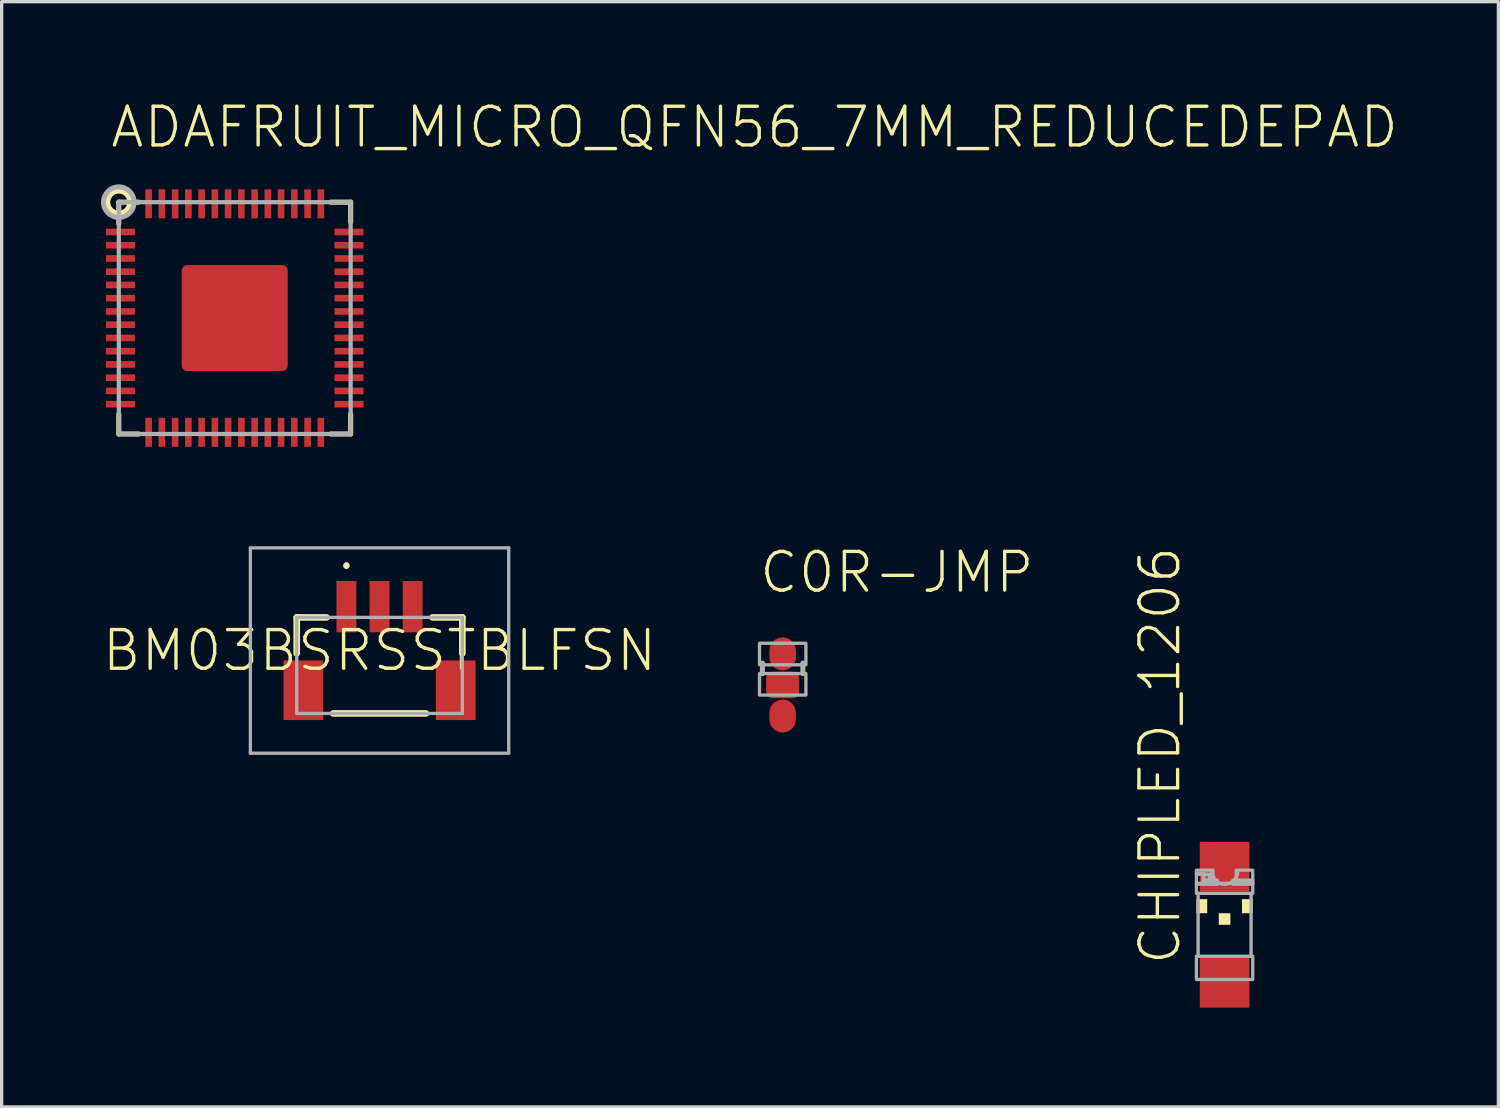
<source format=kicad_pcb>
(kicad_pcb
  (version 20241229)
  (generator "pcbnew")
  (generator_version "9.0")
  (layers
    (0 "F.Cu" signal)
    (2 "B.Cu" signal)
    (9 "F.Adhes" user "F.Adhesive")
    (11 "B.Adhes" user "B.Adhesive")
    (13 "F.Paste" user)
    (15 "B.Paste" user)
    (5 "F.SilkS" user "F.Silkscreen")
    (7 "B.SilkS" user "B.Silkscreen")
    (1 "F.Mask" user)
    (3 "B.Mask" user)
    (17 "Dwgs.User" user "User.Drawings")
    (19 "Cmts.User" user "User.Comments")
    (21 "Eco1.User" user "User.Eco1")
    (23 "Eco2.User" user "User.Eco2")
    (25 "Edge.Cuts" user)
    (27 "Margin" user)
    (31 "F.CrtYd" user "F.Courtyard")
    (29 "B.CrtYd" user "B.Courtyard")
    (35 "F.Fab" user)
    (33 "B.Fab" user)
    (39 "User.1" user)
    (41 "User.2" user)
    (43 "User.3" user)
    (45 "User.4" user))
  (footprint "CHIPLED_1206"
    (layer "F.Cu")
    (at 33.923 24.872)
    (property "Reference" "CHIPLED_1206" (at -1.27 1.27 90) (unlocked yes) (layer "F.SilkS") (effects (font (size 1.168 1.168) (thickness 0.102)) (justify left bottom)))
    (fp_poly (pts (xy -0.85 -0.35) (xy -0.525 -0.35) (xy -0.525 -0.775) (xy -0.85 -0.775)) (stroke (width 0) (type default)) (fill yes) (layer "F.SilkS"))
    (fp_poly (pts (xy -0.175 0) (xy 0.175 0) (xy 0.175 -0.35) (xy -0.175 -0.35)) (stroke (width 0) (type default)) (fill yes) (layer "F.SilkS"))
    (fp_poly (pts (xy 0.525 -0.35) (xy 0.85 -0.35) (xy 0.85 -0.775) (xy 0.525 -0.775)) (stroke (width 0) (type default)) (fill yes) (layer "F.SilkS"))
    (fp_line (start -0.8 0.95) (end -0.8 -0.95) (stroke (width 0.102) (type solid)) (layer "F.Fab"))
    (fp_line (start 0.8 -0.95) (end 0.8 0.95) (stroke (width 0.102) (type solid)) (layer "F.Fab"))
    (fp_arc (start 0.4 -1.599998) (mid -0.000001 -1.224968) (end -0.4 -1.6) (stroke (width 0.1016) (type solid)) (layer "F.Fab"))
    (fp_circle (center -0.55 -1.425) (end -0.45 -1.425) (stroke (width 0.102) (type solid)) (fill no) (layer "F.Fab"))
    (fp_poly (pts (xy -0.85 -1.525) (xy -0.35 -1.525) (xy -0.35 -1.65) (xy -0.85 -1.65)) (stroke (width 0.1) (type default)) (fill no) (layer "F.Fab"))
    (fp_poly (pts (xy -0.85 -1.225) (xy -0.625 -1.225) (xy -0.625 -1.55) (xy -0.85 -1.55)) (stroke (width 0.1) (type default)) (fill no) (layer "F.Fab"))
    (fp_poly (pts (xy -0.85 -0.95) (xy 0.85 -0.95) (xy 0.85 -1.25) (xy -0.85 -1.25)) (stroke (width 0.1) (type default)) (fill no) (layer "F.Fab"))
    (fp_poly (pts (xy -0.85 1.65) (xy 0.85 1.65) (xy 0.85 0.95) (xy -0.85 0.95)) (stroke (width 0.1) (type default)) (fill no) (layer "F.Fab"))
    (fp_poly (pts (xy -0.65 -1.225) (xy -0.225 -1.225) (xy -0.225 -1.35) (xy -0.65 -1.35)) (stroke (width 0.1) (type default)) (fill no) (layer "F.Fab"))
    (fp_poly (pts (xy -0.45 -1.225) (xy -0.325 -1.225) (xy -0.325 -1.45) (xy -0.45 -1.45)) (stroke (width 0.1) (type default)) (fill no) (layer "F.Fab"))
    (fp_poly (pts (xy 0.25 -1.225) (xy 0.85 -1.225) (xy 0.85 -1.35) (xy 0.25 -1.35)) (stroke (width 0.1) (type default)) (fill no) (layer "F.Fab"))
    (fp_poly (pts (xy 0.35 -1.3) (xy 0.85 -1.3) (xy 0.85 -1.65) (xy 0.35 -1.65)) (stroke (width 0.1) (type default)) (fill no) (layer "F.Fab"))
    (pad "A" smd rect (at 0 1.75) (size 1.5 1.5) (layers "F.Cu" "F.Mask" "F.Paste"))
    (pad "C" smd rect (at 0 -1.75) (size 1.5 1.5) (layers "F.Cu" "F.Mask" "F.Paste")))
  (footprint "C0R-JMP"
    (layer "F.Cu")
    (at 20.58 17.63)
    (property "Reference" "C0R-JMP" (at -0.762 -2.716 0) (unlocked yes) (layer "F.SilkS") (effects (font (size 1.168 1.168) (thickness 0.102)) (justify left bottom)))
    (fp_line (start -0.61 -0.66) (end -0.61 -0.34) (stroke (width 0.152) (type solid)) (layer "F.Fab"))
    (fp_line (start 0.61 -0.66) (end 0.61 -0.34) (stroke (width 0.152) (type solid)) (layer "F.Fab"))
    (fp_poly (pts (xy -0.699 -1.259) (xy -0.699 -0.609) (xy 0.702 -0.609) (xy 0.702 -1.259)) (stroke (width 0.1) (type default)) (fill no) (layer "F.Fab"))
    (fp_poly (pts (xy -0.699 -0.344) (xy -0.699 0.306) (xy 0.702 0.306) (xy 0.702 -0.344)) (stroke (width 0.1) (type default)) (fill no) (layer "F.Fab"))
    (pad "1" smd roundrect (at 0 -0.938) (size 0.8 1) (layers "F.Cu" "F.Mask" "F.Paste") (roundrect_rratio 0.5))
    (pad "2" smd roundrect (at 0 0) (size 1 0.8) (layers "F.Cu" "F.Mask" "F.Paste") (roundrect_rratio 0.25))
    (pad "3" smd roundrect (at 0 0.938) (size 0.8 1) (layers "F.Cu" "F.Mask" "F.Paste") (roundrect_rratio 0.5)))
  (footprint "BM03BSRSSTBLFSN"
    (layer "F.Cu")
    (at 8.409 16.878)
    (property "Reference" "BM03BSRSSTBLFSN" (at 0 -0.287 0) (unlocked yes) (layer "F.SilkS") (effects (font (size 1.168 1.168) (thickness 0.102))))
    (fp_line (start -2.5 -1.287) (end -2.5 -0.2) (stroke (width 0.2) (type solid)) (layer "F.SilkS"))
    (fp_line (start -1.6 -1.287) (end -2.5 -1.287) (stroke (width 0.2) (type solid)) (layer "F.SilkS"))
    (fp_line (start -1.4 1.612) (end 1.4 1.612) (stroke (width 0.2) (type solid)) (layer "F.SilkS"))
    (fp_line (start 1.6 -1.287) (end 2.5 -1.287) (stroke (width 0.2) (type solid)) (layer "F.SilkS"))
    (fp_line (start 2.5 -1.287) (end 2.5 -0.2) (stroke (width 0.2) (type solid)) (layer "F.SilkS"))
    (fp_arc (start -1 -2.9) (mid -0.95 -2.85) (end -1 -2.8) (stroke (width 0.1) (type solid)) (layer "F.SilkS"))
    (fp_arc (start -1 -2.8) (mid -1.05 -2.85) (end -1 -2.9) (stroke (width 0.1) (type solid)) (layer "F.SilkS"))
    (fp_line (start -3.9 -3.387) (end 3.9 -3.387) (stroke (width 0.1) (type solid)) (layer "F.Fab"))
    (fp_line (start -3.9 2.813) (end -3.9 -3.387) (stroke (width 0.1) (type solid)) (layer "F.Fab"))
    (fp_line (start -2.5 -1.287) (end 2.5 -1.287) (stroke (width 0.1) (type solid)) (layer "F.Fab"))
    (fp_line (start -2.5 1.612) (end -2.5 -1.287) (stroke (width 0.1) (type solid)) (layer "F.Fab"))
    (fp_line (start 2.5 -1.287) (end 2.5 1.612) (stroke (width 0.1) (type solid)) (layer "F.Fab"))
    (fp_line (start 2.5 1.612) (end -2.5 1.612) (stroke (width 0.1) (type solid)) (layer "F.Fab"))
    (fp_line (start 3.9 -3.387) (end 3.9 2.813) (stroke (width 0.1) (type solid)) (layer "F.Fab"))
    (fp_line (start 3.9 2.813) (end -3.9 2.813) (stroke (width 0.1) (type solid)) (layer "F.Fab"))
    (pad "1" smd rect (at -1 -1.612 90) (size 1.55 0.6) (layers "F.Cu" "F.Mask" "F.Paste"))
    (pad "2" smd rect (at 0 -1.612 90) (size 1.55 0.6) (layers "F.Cu" "F.Mask" "F.Paste"))
    (pad "3" smd rect (at 1 -1.612 90) (size 1.55 0.6) (layers "F.Cu" "F.Mask" "F.Paste"))
    (pad "4" smd rect (at -2.3 0.912 90) (size 1.8 1.2) (layers "F.Cu" "F.Mask" "F.Paste"))
    (pad "5" smd rect (at 2.3 0.912 90) (size 1.8 1.2) (layers "F.Cu" "F.Mask" "F.Paste")))
  (footprint "ADAFRUIT_MICRO_QFN56_7MM_REDUCEDEPAD"
    (layer "F.Cu")
    (at 4.037 6.553)
    (property "Reference" "ADAFRUIT_MICRO_QFN56_7MM_REDUCEDEPAD" (at -3.81 -5.08 0) (unlocked yes) (layer "F.SilkS") (effects (font (size 1.168 1.168) (thickness 0.102)) (justify left bottom)))
    (fp_line (start -3.5 -3.5) (end -2.9 -3.5) (stroke (width 0.152) (type solid)) (layer "F.SilkS"))
    (fp_line (start -3.5 -2.85) (end -3.5 -3.5) (stroke (width 0.152) (type solid)) (layer "F.SilkS"))
    (fp_line (start -3.5 2.9) (end -3.5 3.5) (stroke (width 0.152) (type solid)) (layer "F.SilkS"))
    (fp_line (start -3.5 3.5) (end -2.9 3.5) (stroke (width 0.152) (type solid)) (layer "F.SilkS"))
    (fp_line (start 2.9 -3.5) (end 3.5 -3.5) (stroke (width 0.152) (type solid)) (layer "F.SilkS"))
    (fp_line (start 2.9 3.5) (end 3.5 3.5) (stroke (width 0.152) (type solid)) (layer "F.SilkS"))
    (fp_line (start 3.5 -3.5) (end 3.5 -2.9) (stroke (width 0.152) (type solid)) (layer "F.SilkS"))
    (fp_line (start 3.5 3.5) (end 3.5 2.9) (stroke (width 0.152) (type solid)) (layer "F.SilkS"))
    (fp_circle (center -3.5 -3.5) (end -3.165 -3.5) (stroke (width 0.152) (type solid)) (fill no) (layer "F.SilkS"))
    (fp_line (start -3.5 -3.5) (end 3.5 -3.5) (stroke (width 0.127) (type solid)) (layer "F.Fab"))
    (fp_line (start -3.5 3.5) (end -3.5 -3.5) (stroke (width 0.127) (type solid)) (layer "F.Fab"))
    (fp_line (start 3.5 -3.5) (end 3.5 3.5) (stroke (width 0.127) (type solid)) (layer "F.Fab"))
    (fp_line (start 3.5 3.5) (end -3.5 3.5) (stroke (width 0.127) (type solid)) (layer "F.Fab"))
    (fp_circle (center -3.5 -3.5) (end -3.039 -3.5) (stroke (width 0.152) (type solid)) (fill no) (layer "F.Fab"))
    (pad "1" smd rect (at -3.45 -2.6 180) (size 0.875 0.2) (layers "F.Cu" "F.Mask" "F.Paste"))
    (pad "2" smd rect (at -3.45 -2.2 180) (size 0.875 0.2) (layers "F.Cu" "F.Mask" "F.Paste"))
    (pad "3" smd rect (at -3.45 -1.8 180) (size 0.875 0.2) (layers "F.Cu" "F.Mask" "F.Paste"))
    (pad "4" smd rect (at -3.45 -1.4 180) (size 0.875 0.2) (layers "F.Cu" "F.Mask" "F.Paste"))
    (pad "5" smd rect (at -3.45 -1 180) (size 0.875 0.2) (layers "F.Cu" "F.Mask" "F.Paste"))
    (pad "6" smd rect (at -3.45 -0.6 180) (size 0.875 0.2) (layers "F.Cu" "F.Mask" "F.Paste"))
    (pad "7" smd rect (at -3.45 -0.2 180) (size 0.875 0.2) (layers "F.Cu" "F.Mask" "F.Paste"))
    (pad "8" smd rect (at -3.45 0.2 180) (size 0.875 0.2) (layers "F.Cu" "F.Mask" "F.Paste"))
    (pad "9" smd rect (at -3.45 0.6 180) (size 0.875 0.2) (layers "F.Cu" "F.Mask" "F.Paste"))
    (pad "10" smd rect (at -3.45 1 180) (size 0.875 0.2) (layers "F.Cu" "F.Mask" "F.Paste"))
    (pad "11" smd rect (at -3.45 1.4 180) (size 0.875 0.2) (layers "F.Cu" "F.Mask" "F.Paste"))
    (pad "12" smd rect (at -3.45 1.8 180) (size 0.875 0.2) (layers "F.Cu" "F.Mask" "F.Paste"))
    (pad "13" smd rect (at -3.45 2.2 180) (size 0.875 0.2) (layers "F.Cu" "F.Mask" "F.Paste"))
    (pad "14" smd rect (at -3.45 2.6 180) (size 0.875 0.2) (layers "F.Cu" "F.Mask" "F.Paste"))
    (pad "15" smd rect (at -2.6 3.45 270) (size 0.875 0.2) (layers "F.Cu" "F.Mask" "F.Paste"))
    (pad "16" smd rect (at -2.2 3.45 270) (size 0.875 0.2) (layers "F.Cu" "F.Mask" "F.Paste"))
    (pad "17" smd rect (at -1.8 3.45 270) (size 0.875 0.2) (layers "F.Cu" "F.Mask" "F.Paste"))
    (pad "18" smd rect (at -1.4 3.45 270) (size 0.875 0.2) (layers "F.Cu" "F.Mask" "F.Paste"))
    (pad "19" smd rect (at -1 3.45 270) (size 0.875 0.2) (layers "F.Cu" "F.Mask" "F.Paste"))
    (pad "20" smd rect (at -0.6 3.45 270) (size 0.875 0.2) (layers "F.Cu" "F.Mask" "F.Paste"))
    (pad "21" smd rect (at -0.2 3.45 270) (size 0.875 0.2) (layers "F.Cu" "F.Mask" "F.Paste"))
    (pad "22" smd rect (at 0.2 3.45 270) (size 0.875 0.2) (layers "F.Cu" "F.Mask" "F.Paste"))
    (pad "23" smd rect (at 0.6 3.45 270) (size 0.875 0.2) (layers "F.Cu" "F.Mask" "F.Paste"))
    (pad "24" smd rect (at 1 3.45 270) (size 0.875 0.2) (layers "F.Cu" "F.Mask" "F.Paste"))
    (pad "25" smd rect (at 1.4 3.45 270) (size 0.875 0.2) (layers "F.Cu" "F.Mask" "F.Paste"))
    (pad "26" smd rect (at 1.8 3.45 270) (size 0.875 0.2) (layers "F.Cu" "F.Mask" "F.Paste"))
    (pad "27" smd rect (at 2.2 3.45 270) (size 0.875 0.2) (layers "F.Cu" "F.Mask" "F.Paste"))
    (pad "28" smd rect (at 2.6 3.45 270) (size 0.875 0.2) (layers "F.Cu" "F.Mask" "F.Paste"))
    (pad "29" smd rect (at 3.45 2.6) (size 0.875 0.2) (layers "F.Cu" "F.Mask" "F.Paste"))
    (pad "30" smd rect (at 3.45 2.2) (size 0.875 0.2) (layers "F.Cu" "F.Mask" "F.Paste"))
    (pad "31" smd rect (at 3.45 1.8) (size 0.875 0.2) (layers "F.Cu" "F.Mask" "F.Paste"))
    (pad "32" smd rect (at 3.45 1.4) (size 0.875 0.2) (layers "F.Cu" "F.Mask" "F.Paste"))
    (pad "33" smd rect (at 3.45 1) (size 0.875 0.2) (layers "F.Cu" "F.Mask" "F.Paste"))
    (pad "34" smd rect (at 3.45 0.6) (size 0.875 0.2) (layers "F.Cu" "F.Mask" "F.Paste"))
    (pad "35" smd rect (at 3.45 0.2) (size 0.875 0.2) (layers "F.Cu" "F.Mask" "F.Paste"))
    (pad "36" smd rect (at 3.45 -0.2) (size 0.875 0.2) (layers "F.Cu" "F.Mask" "F.Paste"))
    (pad "37" smd rect (at 3.45 -0.6) (size 0.875 0.2) (layers "F.Cu" "F.Mask" "F.Paste"))
    (pad "38" smd rect (at 3.45 -1) (size 0.875 0.2) (layers "F.Cu" "F.Mask" "F.Paste"))
    (pad "39" smd rect (at 3.45 -1.4) (size 0.875 0.2) (layers "F.Cu" "F.Mask" "F.Paste"))
    (pad "40" smd rect (at 3.45 -1.8) (size 0.875 0.2) (layers "F.Cu" "F.Mask" "F.Paste"))
    (pad "41" smd rect (at 3.45 -2.2) (size 0.875 0.2) (layers "F.Cu" "F.Mask" "F.Paste"))
    (pad "42" smd rect (at 3.45 -2.6) (size 0.875 0.2) (layers "F.Cu" "F.Mask" "F.Paste"))
    (pad "43" smd rect (at 2.6 -3.45 90) (size 0.875 0.2) (layers "F.Cu" "F.Mask" "F.Paste"))
    (pad "44" smd rect (at 2.2 -3.45 90) (size 0.875 0.2) (layers "F.Cu" "F.Mask" "F.Paste"))
    (pad "45" smd rect (at 1.8 -3.45 90) (size 0.875 0.2) (layers "F.Cu" "F.Mask" "F.Paste"))
    (pad "46" smd rect (at 1.4 -3.45 90) (size 0.875 0.2) (layers "F.Cu" "F.Mask" "F.Paste"))
    (pad "47" smd rect (at 1 -3.45 90) (size 0.875 0.2) (layers "F.Cu" "F.Mask" "F.Paste"))
    (pad "48" smd rect (at 0.6 -3.45 90) (size 0.875 0.2) (layers "F.Cu" "F.Mask" "F.Paste"))
    (pad "49" smd rect (at 0.2 -3.45 90) (size 0.875 0.2) (layers "F.Cu" "F.Mask" "F.Paste"))
    (pad "50" smd rect (at -0.2 -3.45 90) (size 0.875 0.2) (layers "F.Cu" "F.Mask" "F.Paste"))
    (pad "51" smd rect (at -0.6 -3.45 90) (size 0.875 0.2) (layers "F.Cu" "F.Mask" "F.Paste"))
    (pad "52" smd rect (at -1 -3.45 90) (size 0.875 0.2) (layers "F.Cu" "F.Mask" "F.Paste"))
    (pad "53" smd rect (at -1.4 -3.45 90) (size 0.875 0.2) (layers "F.Cu" "F.Mask" "F.Paste"))
    (pad "54" smd rect (at -1.8 -3.45 90) (size 0.875 0.2) (layers "F.Cu" "F.Mask" "F.Paste"))
    (pad "55" smd rect (at -2.2 -3.45 90) (size 0.875 0.2) (layers "F.Cu" "F.Mask" "F.Paste"))
    (pad "56" smd rect (at -2.6 -3.45 90) (size 0.875 0.2) (layers "F.Cu" "F.Mask" "F.Paste"))
    (pad "P$1" smd roundrect (at 0 0) (size 3.2 3.2) (layers "F.Cu" "F.Mask" "F.Paste") (roundrect_rratio 0.05)))
  (gr_rect
    (start -3 -3)
    (end 42.189 30.372)
    (stroke (width 0.1) (type default))
    (fill no)
    (layer "Edge.Cuts")))
</source>
